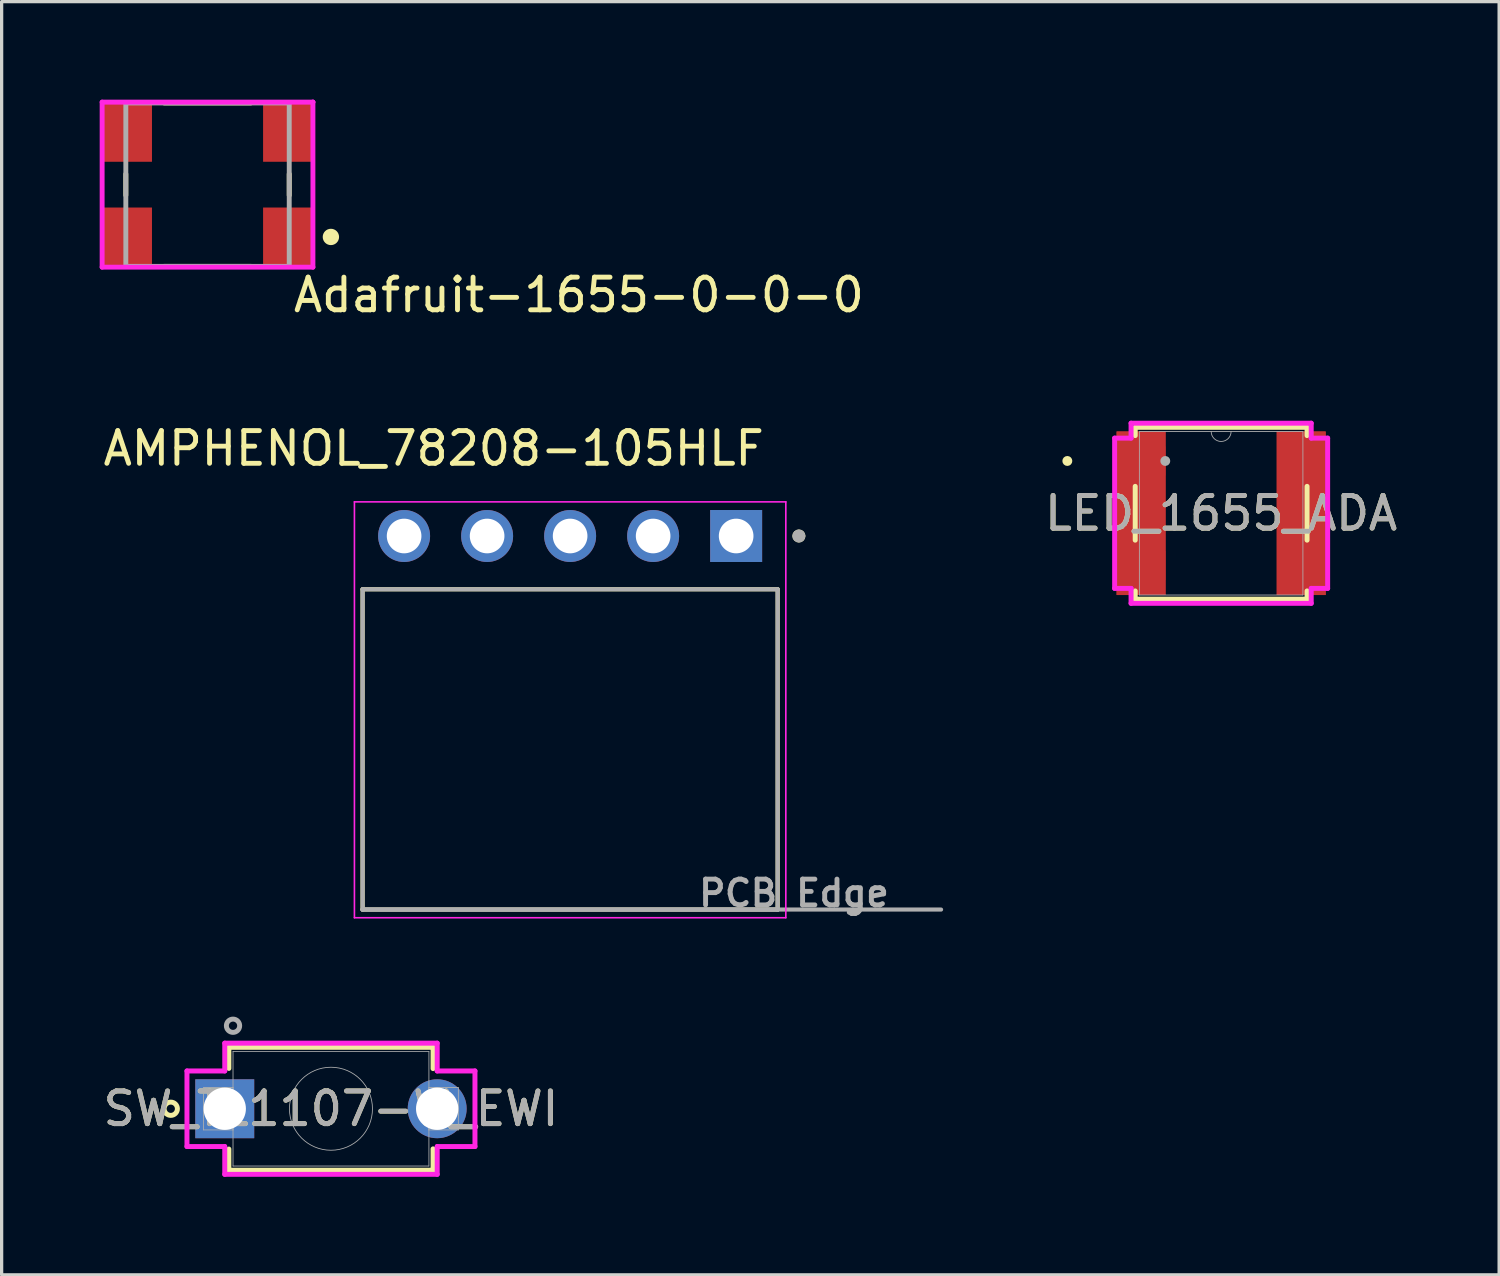
<source format=kicad_pcb>
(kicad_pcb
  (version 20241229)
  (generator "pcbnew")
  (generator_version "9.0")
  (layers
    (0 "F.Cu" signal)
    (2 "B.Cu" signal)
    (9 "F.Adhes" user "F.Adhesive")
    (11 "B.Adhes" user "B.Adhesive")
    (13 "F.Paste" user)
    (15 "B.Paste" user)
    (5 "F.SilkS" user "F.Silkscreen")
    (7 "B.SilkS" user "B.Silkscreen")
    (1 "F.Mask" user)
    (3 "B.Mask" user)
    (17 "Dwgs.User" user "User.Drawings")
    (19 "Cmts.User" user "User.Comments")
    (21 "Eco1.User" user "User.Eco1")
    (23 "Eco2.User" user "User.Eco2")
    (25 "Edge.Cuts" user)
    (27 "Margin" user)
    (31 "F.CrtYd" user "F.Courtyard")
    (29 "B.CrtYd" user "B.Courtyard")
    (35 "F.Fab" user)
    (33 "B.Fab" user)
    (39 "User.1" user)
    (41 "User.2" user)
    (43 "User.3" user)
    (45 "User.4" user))
  (footprint "SW_TL1107-W_EWI"
    (layer "F.Cu")
    (at 3.827 30.876)
    (property "Reference" "SW_TL1107-W_EWI" (at 3.25 0 0) (unlocked yes) (layer "F.SilkS") (effects (font (size 1 1) (thickness 0.15))))
    (attr through_hole)
    (fp_line (start 0.126 -1.88) (end 0.126 -1.234) (stroke (width 0.152) (type solid)) (layer "F.SilkS"))
    (fp_line (start 0.126 1.234) (end 0.126 1.88) (stroke (width 0.152) (type solid)) (layer "F.SilkS"))
    (fp_line (start 0.126 1.88) (end 6.374 1.88) (stroke (width 0.152) (type solid)) (layer "F.SilkS"))
    (fp_line (start 6.374 -1.88) (end 0.126 -1.88) (stroke (width 0.152) (type solid)) (layer "F.SilkS"))
    (fp_line (start 6.374 -1.228) (end 6.374 -1.88) (stroke (width 0.152) (type solid)) (layer "F.SilkS"))
    (fp_line (start 6.374 1.88) (end 6.374 1.228) (stroke (width 0.152) (type solid)) (layer "F.SilkS"))
    (fp_circle (center -1.652 0) (end -1.449 0) (stroke (width 0.152) (type solid)) (fill no) (layer "F.SilkS"))
    (fp_line (start -1.156 -1.156) (end 0 -1.156) (stroke (width 0.152) (type solid)) (layer "F.CrtYd"))
    (fp_line (start -1.156 1.156) (end -1.156 -1.156) (stroke (width 0.152) (type solid)) (layer "F.CrtYd"))
    (fp_line (start -1.156 1.156) (end 0 1.156) (stroke (width 0.152) (type solid)) (layer "F.CrtYd"))
    (fp_line (start 0 -2.007) (end 6.501 -2.007) (stroke (width 0.152) (type solid)) (layer "F.CrtYd"))
    (fp_line (start 0 -1.156) (end 0 -2.007) (stroke (width 0.152) (type solid)) (layer "F.CrtYd"))
    (fp_line (start 0 2.007) (end 0 1.156) (stroke (width 0.152) (type solid)) (layer "F.CrtYd"))
    (fp_line (start 6.501 -2.007) (end 6.501 -1.156) (stroke (width 0.152) (type solid)) (layer "F.CrtYd"))
    (fp_line (start 6.501 1.156) (end 6.501 2.007) (stroke (width 0.152) (type solid)) (layer "F.CrtYd"))
    (fp_line (start 6.501 2.007) (end 0 2.007) (stroke (width 0.152) (type solid)) (layer "F.CrtYd"))
    (fp_line (start 7.656 -1.156) (end 6.501 -1.156) (stroke (width 0.152) (type solid)) (layer "F.CrtYd"))
    (fp_line (start 7.656 -1.156) (end 7.656 1.156) (stroke (width 0.152) (type solid)) (layer "F.CrtYd"))
    (fp_line (start 7.656 1.156) (end 6.501 1.156) (stroke (width 0.152) (type solid)) (layer "F.CrtYd"))
    (fp_line (start -0.648 -0.648) (end -0.648 0.648) (stroke (width 0.025) (type solid)) (layer "F.Fab"))
    (fp_line (start -0.648 0.648) (end 0.253 0.648) (stroke (width 0.025) (type solid)) (layer "F.Fab"))
    (fp_line (start 0.253 -1.753) (end 0.253 1.753) (stroke (width 0.025) (type solid)) (layer "F.Fab"))
    (fp_line (start 0.253 -0.648) (end -0.648 -0.648) (stroke (width 0.025) (type solid)) (layer "F.Fab"))
    (fp_line (start 0.253 0.648) (end 0.253 -0.648) (stroke (width 0.025) (type solid)) (layer "F.Fab"))
    (fp_line (start 0.253 1.753) (end 6.247 1.753) (stroke (width 0.025) (type solid)) (layer "F.Fab"))
    (fp_line (start 6.247 -1.753) (end 0.253 -1.753) (stroke (width 0.025) (type solid)) (layer "F.Fab"))
    (fp_line (start 6.247 -0.648) (end 6.247 0.648) (stroke (width 0.025) (type solid)) (layer "F.Fab"))
    (fp_line (start 6.247 0.648) (end 7.148 0.648) (stroke (width 0.025) (type solid)) (layer "F.Fab"))
    (fp_line (start 6.247 1.753) (end 6.247 -1.753) (stroke (width 0.025) (type solid)) (layer "F.Fab"))
    (fp_line (start 7.148 -0.648) (end 6.247 -0.648) (stroke (width 0.025) (type solid)) (layer "F.Fab"))
    (fp_line (start 7.148 0.648) (end 7.148 -0.648) (stroke (width 0.025) (type solid)) (layer "F.Fab"))
    (fp_circle (center 0.253 -2.54) (end 0.456 -2.54) (stroke (width 0.152) (type solid)) (fill no) (layer "F.Fab"))
    (fp_circle (center 3.25 0) (end 4.52 0) (stroke (width 0.025) (type solid)) (fill no) (layer "F.Fab"))
    (fp_text user "${REFERENCE}" (at 3.25 0 0) (unlocked yes) (layer "F.Fab") (effects (font (size 1 1) (thickness 0.15))))
    (pad "1" thru_hole rect (at 0 0) (size 1.803 1.803) (drill 1.295) (layers "*.Cu" "*.Mask"))
    (pad "2" thru_hole circle (at 6.5 0) (size 1.803 1.803) (drill 1.295) (layers "*.Cu" "*.Mask")))
  (footprint "AMPHENOL_78208-105HLF"
    (layer "F.Cu")
    (at 14.395 13.351)
    (property "Reference" "AMPHENOL_78208-105HLF" (at -4.175 -2.68 0) (layer "F.SilkS") (effects (font (size 1 1) (thickness 0.15))))
    (attr through_hole)
    (fp_line (start -6.35 11.43) (end -6.35 1.63) (stroke (width 0.127) (type solid)) (layer "F.SilkS"))
    (fp_line (start 6.35 1.63) (end -6.35 1.63) (stroke (width 0.127) (type solid)) (layer "F.SilkS"))
    (fp_line (start 6.35 1.63) (end 6.35 11.43) (stroke (width 0.127) (type solid)) (layer "F.SilkS"))
    (fp_line (start 6.35 11.43) (end -6.35 11.43) (stroke (width 0.127) (type solid)) (layer "F.SilkS"))
    (fp_circle (center 7 0) (end 7.1 0) (stroke (width 0.2) (type solid)) (fill no) (layer "F.SilkS"))
    (fp_line (start -6.6 -1.045) (end 6.6 -1.045) (stroke (width 0.05) (type solid)) (layer "F.CrtYd"))
    (fp_line (start -6.6 11.68) (end -6.6 -1.045) (stroke (width 0.05) (type solid)) (layer "F.CrtYd"))
    (fp_line (start 6.6 -1.045) (end 6.6 11.68) (stroke (width 0.05) (type solid)) (layer "F.CrtYd"))
    (fp_line (start 6.6 11.68) (end -6.6 11.68) (stroke (width 0.05) (type solid)) (layer "F.CrtYd"))
    (fp_line (start -6.35 1.63) (end 6.35 1.63) (stroke (width 0.127) (type solid)) (layer "F.Fab"))
    (fp_line (start -6.35 11.43) (end -6.35 1.63) (stroke (width 0.127) (type solid)) (layer "F.Fab"))
    (fp_line (start -6.35 11.43) (end -6.35 11.43) (stroke (width 0.127) (type solid)) (layer "F.Fab"))
    (fp_line (start -6.35 11.43) (end 6.35 11.43) (stroke (width 0.127) (type solid)) (layer "F.Fab"))
    (fp_line (start 6.35 1.63) (end 6.35 11.43) (stroke (width 0.127) (type solid)) (layer "F.Fab"))
    (fp_line (start 6.35 11.43) (end -6.35 11.43) (stroke (width 0.127) (type solid)) (layer "F.Fab"))
    (fp_line (start 6.35 11.43) (end 6.35 11.43) (stroke (width 0.127) (type solid)) (layer "F.Fab"))
    (fp_line (start 6.35 11.43) (end 11.35 11.43) (stroke (width 0.127) (type solid)) (layer "F.Fab"))
    (fp_circle (center 7 0) (end 7.1 0) (stroke (width 0.2) (type solid)) (fill no) (layer "F.Fab"))
    (fp_text user "PCB Edge" (at 6.85 10.93 0) (layer "F.Fab") (effects (font (size 0.789 0.789) (thickness 0.15))))
    (pad "01" thru_hole rect (at 5.08 0) (size 1.59 1.59) (drill 1.06) (layers "*.Cu" "*.Mask"))
    (pad "02" thru_hole circle (at 2.54 0) (size 1.59 1.59) (drill 1.06) (layers "*.Cu" "*.Mask"))
    (pad "03" thru_hole circle (at 0 0) (size 1.59 1.59) (drill 1.06) (layers "*.Cu" "*.Mask"))
    (pad "04" thru_hole circle (at -2.54 0) (size 1.59 1.59) (drill 1.06) (layers "*.Cu" "*.Mask"))
    (pad "05" thru_hole circle (at -5.08 0) (size 1.59 1.59) (drill 1.06) (layers "*.Cu" "*.Mask")))
  (footprint "LED_1655_ADA"
    (layer "F.Cu")
    (at 34.315 12.655)
    (property "Reference" "LED_1655_ADA" (at 0 0 0) (unlocked yes) (layer "F.SilkS") (effects (font (size 1 1) (thickness 0.15))))
    (attr smd)
    (fp_poly (pts (xy -3.199 -2.502) (xy -1.701 -2.502) (xy -1.701 2.502) (xy -3.199 2.502)) (stroke (width 0) (type solid)) (fill yes) (layer "F.Cu"))
    (fp_poly (pts (xy -3.199 -2.502) (xy -1.701 -2.502) (xy -1.701 2.502) (xy -3.199 2.502)) (stroke (width 0) (type solid)) (fill yes) (layer "F.Cu"))
    (fp_poly (pts (xy 1.701 -2.502) (xy 3.199 -2.502) (xy 3.199 2.502) (xy 1.701 2.502)) (stroke (width 0) (type solid)) (fill yes) (layer "F.Cu"))
    (fp_poly (pts (xy 1.701 -2.502) (xy 3.199 -2.502) (xy 3.199 2.502) (xy 1.701 2.502)) (stroke (width 0) (type solid)) (fill yes) (layer "F.Cu"))
    (fp_poly (pts (xy -3.199 -2.502) (xy -1.701 -2.502) (xy -1.701 2.502) (xy -3.199 2.502)) (stroke (width 0) (type solid)) (fill yes) (layer "F.Mask"))
    (fp_poly (pts (xy 1.701 -2.502) (xy 3.199 -2.502) (xy 3.199 2.502) (xy 1.701 2.502)) (stroke (width 0) (type solid)) (fill yes) (layer "F.Mask"))
    (fp_line (start -2.629 -2.629) (end -2.629 -2.377) (stroke (width 0.152) (type solid)) (layer "F.SilkS"))
    (fp_line (start -2.629 -0.823) (end -2.629 0.823) (stroke (width 0.152) (type solid)) (layer "F.SilkS"))
    (fp_line (start -2.629 2.377) (end -2.629 2.629) (stroke (width 0.152) (type solid)) (layer "F.SilkS"))
    (fp_line (start -2.629 2.629) (end 2.629 2.629) (stroke (width 0.152) (type solid)) (layer "F.SilkS"))
    (fp_line (start 2.629 -2.629) (end -2.629 -2.629) (stroke (width 0.152) (type solid)) (layer "F.SilkS"))
    (fp_line (start 2.629 -2.377) (end 2.629 -2.629) (stroke (width 0.152) (type solid)) (layer "F.SilkS"))
    (fp_line (start 2.629 0.823) (end 2.629 -0.823) (stroke (width 0.152) (type solid)) (layer "F.SilkS"))
    (fp_line (start 2.629 2.629) (end 2.629 2.377) (stroke (width 0.152) (type solid)) (layer "F.SilkS"))
    (fp_circle (center -4.706 -1.6) (end -4.63 -1.6) (stroke (width 0.152) (type solid)) (fill no) (layer "F.SilkS"))
    (fp_poly (pts (xy -3.199 -2.502) (xy -1.701 -2.502) (xy -1.701 2.502) (xy -3.199 2.502)) (stroke (width 0) (type solid)) (fill yes) (layer "F.Paste"))
    (fp_poly (pts (xy 1.701 -2.502) (xy 3.199 -2.502) (xy 3.199 2.502) (xy 1.701 2.502)) (stroke (width 0) (type solid)) (fill yes) (layer "F.Paste"))
    (fp_line (start -3.259 -2.299) (end -2.756 -2.299) (stroke (width 0.152) (type solid)) (layer "F.CrtYd"))
    (fp_line (start -3.259 2.299) (end -3.259 -2.299) (stroke (width 0.152) (type solid)) (layer "F.CrtYd"))
    (fp_line (start -3.259 2.299) (end -2.756 2.299) (stroke (width 0.152) (type solid)) (layer "F.CrtYd"))
    (fp_line (start -2.756 -2.756) (end 2.756 -2.756) (stroke (width 0.152) (type solid)) (layer "F.CrtYd"))
    (fp_line (start -2.756 -2.299) (end -2.756 -2.756) (stroke (width 0.152) (type solid)) (layer "F.CrtYd"))
    (fp_line (start -2.756 2.756) (end -2.756 2.299) (stroke (width 0.152) (type solid)) (layer "F.CrtYd"))
    (fp_line (start 2.756 -2.756) (end 2.756 -2.299) (stroke (width 0.152) (type solid)) (layer "F.CrtYd"))
    (fp_line (start 2.756 2.299) (end 2.756 2.756) (stroke (width 0.152) (type solid)) (layer "F.CrtYd"))
    (fp_line (start 2.756 2.756) (end -2.756 2.756) (stroke (width 0.152) (type solid)) (layer "F.CrtYd"))
    (fp_line (start 3.259 -2.299) (end 2.756 -2.299) (stroke (width 0.152) (type solid)) (layer "F.CrtYd"))
    (fp_line (start 3.259 -2.299) (end 3.259 2.299) (stroke (width 0.152) (type solid)) (layer "F.CrtYd"))
    (fp_line (start 3.259 2.299) (end 2.756 2.299) (stroke (width 0.152) (type solid)) (layer "F.CrtYd"))
    (fp_line (start -2.502 -2.502) (end -2.502 2.502) (stroke (width 0.025) (type solid)) (layer "F.Fab"))
    (fp_line (start -2.502 2.502) (end 2.502 2.502) (stroke (width 0.025) (type solid)) (layer "F.Fab"))
    (fp_line (start 2.502 -2.502) (end -2.502 -2.502) (stroke (width 0.025) (type solid)) (layer "F.Fab"))
    (fp_line (start 2.502 2.502) (end 2.502 -2.502) (stroke (width 0.025) (type solid)) (layer "F.Fab"))
    (fp_arc (start 0.3048 -2.5019) (mid 0 -2.1971) (end -0.3048 -2.5019) (stroke (width 0.0254) (type solid)) (layer "F.Fab"))
    (fp_circle (center -1.709 -1.6) (end -1.709 -1.6) (stroke (width 0.152) (type solid)) (fill no) (layer "F.Fab"))
    (fp_text user "${REFERENCE}" (at 0 0 0) (unlocked yes) (layer "F.Fab") (effects (font (size 1 1) (thickness 0.15))))
    (pad "1" smd rect (at -2.357 -1.6) (size 1.295 0.889) (layers "F.Cu" "F.Mask" "F.Paste"))
    (pad "2" smd rect (at -2.357 1.6) (size 1.295 0.889) (layers "F.Cu" "F.Mask" "F.Paste"))
    (pad "3" smd rect (at 2.357 1.6) (size 1.295 0.889) (layers "F.Cu" "F.Mask" "F.Paste"))
    (pad "4" smd rect (at 2.357 -1.6) (size 1.295 0.889) (layers "F.Cu" "F.Mask" "F.Paste")))
  (footprint "Adafruit-1655-0-0-0"
    (layer "F.Cu")
    (at 3.3 2.6)
    (property "Reference" "Adafruit-1655-0-0-0" (at 2.55 3.375 180) (layer "F.SilkS") (effects (font (size 1 1) (thickness 0.15)) (justify left)))
    (attr through_hole)
    (fp_line (start -2.5 0.325) (end -2.5 -0.325) (stroke (width 0.15) (type solid)) (layer "F.SilkS"))
    (fp_line (start -1.325 -2.5) (end 1.325 -2.5) (stroke (width 0.15) (type solid)) (layer "F.SilkS"))
    (fp_line (start -1.325 2.5) (end 1.325 2.5) (stroke (width 0.15) (type solid)) (layer "F.SilkS"))
    (fp_line (start 2.5 0.325) (end 2.5 -0.325) (stroke (width 0.15) (type solid)) (layer "F.SilkS"))
    (fp_circle (center 3.775 1.6) (end 3.9 1.6) (stroke (width 0.25) (type solid)) (fill no) (layer "F.SilkS"))
    (fp_line (start -3.225 -2.525) (end -3.225 2.525) (stroke (width 0.15) (type solid)) (layer "F.CrtYd"))
    (fp_line (start -3.225 2.525) (end 3.225 2.525) (stroke (width 0.15) (type solid)) (layer "F.CrtYd"))
    (fp_line (start 3.225 -2.525) (end -3.225 -2.525) (stroke (width 0.15) (type solid)) (layer "F.CrtYd"))
    (fp_line (start 3.225 -2.525) (end 3.225 -2.525) (stroke (width 0.15) (type solid)) (layer "F.CrtYd"))
    (fp_line (start 3.225 2.525) (end 3.225 -2.525) (stroke (width 0.15) (type solid)) (layer "F.CrtYd"))
    (fp_line (start -2.5 -2.5) (end 2.5 -2.5) (stroke (width 0.15) (type solid)) (layer "F.Fab"))
    (fp_line (start -2.5 2.5) (end -2.5 -2.5) (stroke (width 0.15) (type solid)) (layer "F.Fab"))
    (fp_line (start 2.5 -2.5) (end 2.5 2.5) (stroke (width 0.15) (type solid)) (layer "F.Fab"))
    (fp_line (start 2.5 2.5) (end -2.5 2.5) (stroke (width 0.15) (type solid)) (layer "F.Fab"))
    (pad "1" smd rect (at 2.45 1.6) (size 1.5 1.8) (layers "F.Cu" "F.Mask" "F.Paste"))
    (pad "2" smd rect (at 2.45 -1.6) (size 1.5 1.8) (layers "F.Cu" "F.Mask" "F.Paste"))
    (pad "3" smd rect (at -2.45 -1.6) (size 1.5 1.8) (layers "F.Cu" "F.Mask" "F.Paste"))
    (pad "4" smd rect (at -2.45 1.6) (size 1.5 1.8) (layers "F.Cu" "F.Mask" "F.Paste")))
  (gr_rect
    (start -3 -3)
    (end 42.821 35.959)
    (stroke (width 0.1) (type default))
    (fill no)
    (layer "Edge.Cuts")))
</source>
